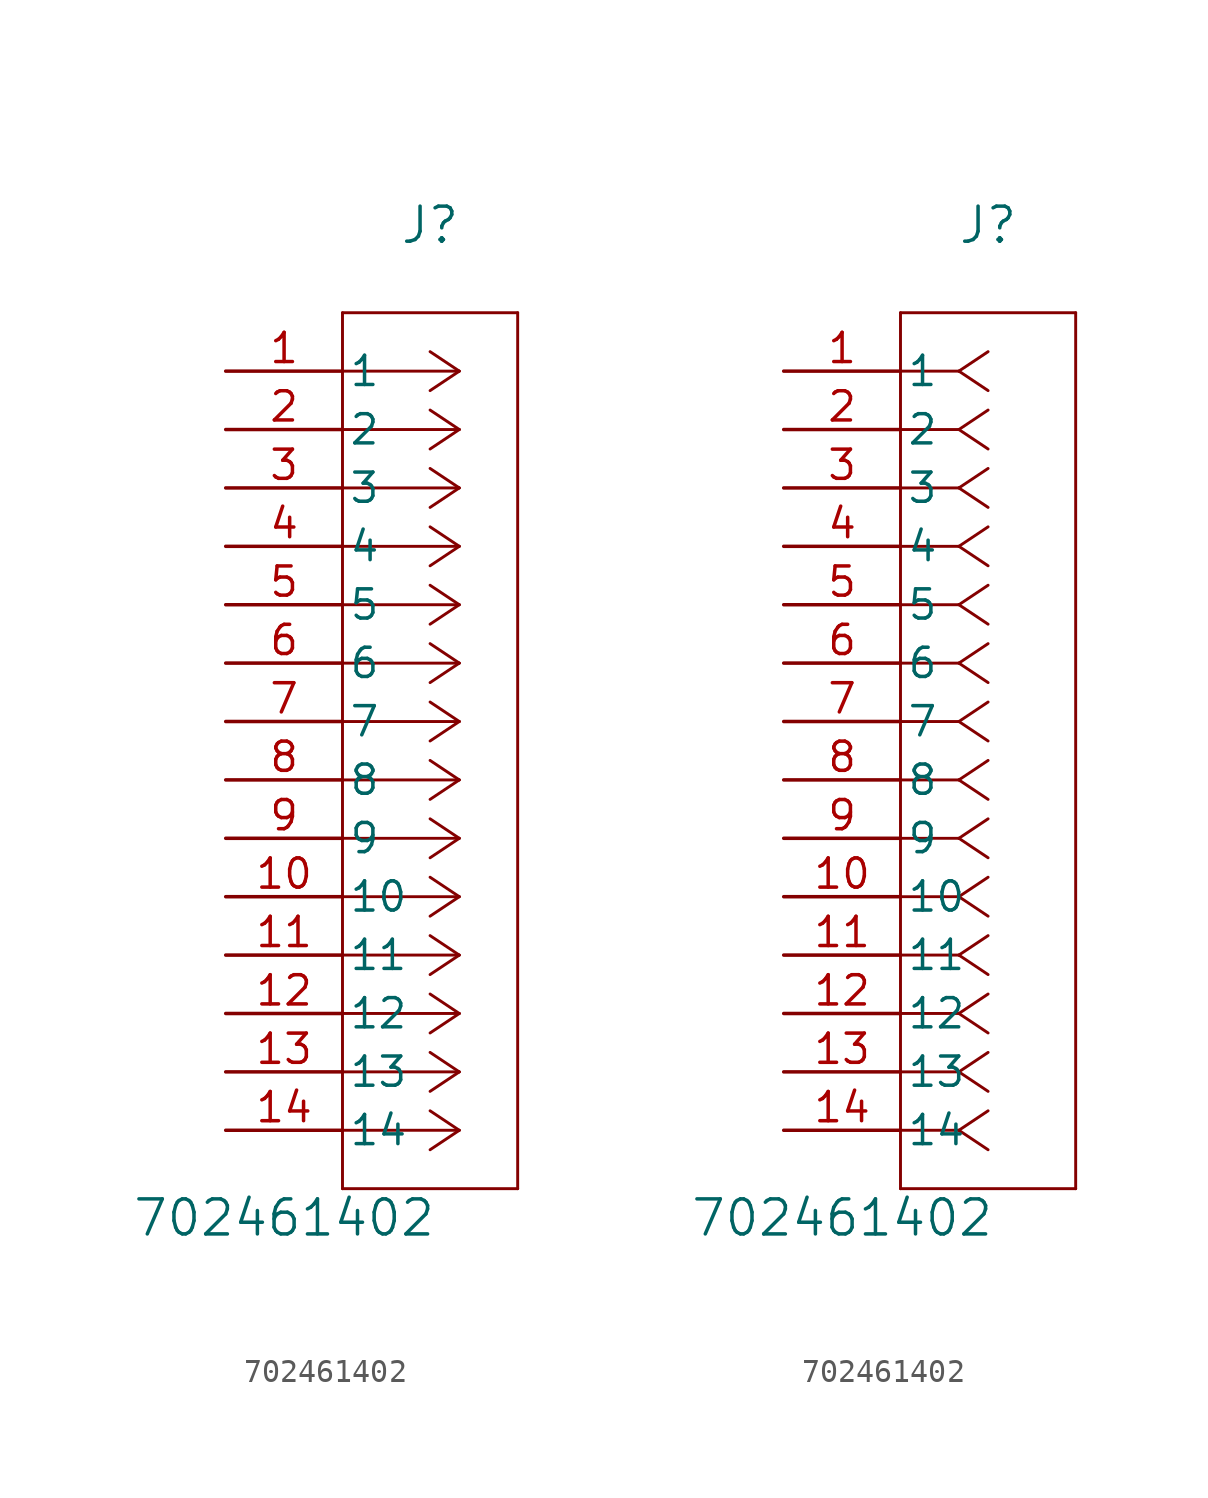
<source format=kicad_sym>
(kicad_symbol_lib
  (version 20220914)
  (generator kicad_symbol_editor)
  (symbol "702461402"
    (pin_names
      (offset 0.254))
    (property "Reference" "J"
      (at 8.89 6.35 0)
      (effects (font (size 1.524 1.524))))
    (property "Value" "702461402"
      (at 2.54 -36.83 0)
      (effects (font (size 1.524 1.524))))
    (symbol "702461402_1_1"
      (polyline (pts (xy 5.08 -35.56) (xy 12.7 -35.56)) (stroke (width 0.127) (type default)) (fill (type none)))
      (polyline (pts (xy 5.08 2.54) (xy 5.08 -35.56)) (stroke (width 0.127) (type default)) (fill (type none)))
      (polyline (pts (xy 10.16 -33.02) (xy 5.08 -33.02)) (stroke (width 0.127) (type default)) (fill (type none)))
      (polyline (pts (xy 10.16 -33.02) (xy 8.89 -33.867)) (stroke (width 0.127) (type default)) (fill (type none)))
      (polyline (pts (xy 10.16 -33.02) (xy 8.89 -32.173)) (stroke (width 0.127) (type default)) (fill (type none)))
      (polyline (pts (xy 10.16 -30.48) (xy 5.08 -30.48)) (stroke (width 0.127) (type default)) (fill (type none)))
      (polyline (pts (xy 10.16 -30.48) (xy 8.89 -31.327)) (stroke (width 0.127) (type default)) (fill (type none)))
      (polyline (pts (xy 10.16 -30.48) (xy 8.89 -29.633)) (stroke (width 0.127) (type default)) (fill (type none)))
      (polyline (pts (xy 10.16 -27.94) (xy 5.08 -27.94)) (stroke (width 0.127) (type default)) (fill (type none)))
      (polyline (pts (xy 10.16 -27.94) (xy 8.89 -28.787)) (stroke (width 0.127) (type default)) (fill (type none)))
      (polyline (pts (xy 10.16 -27.94) (xy 8.89 -27.093)) (stroke (width 0.127) (type default)) (fill (type none)))
      (polyline (pts (xy 10.16 -25.4) (xy 5.08 -25.4)) (stroke (width 0.127) (type default)) (fill (type none)))
      (polyline (pts (xy 10.16 -25.4) (xy 8.89 -26.247)) (stroke (width 0.127) (type default)) (fill (type none)))
      (polyline (pts (xy 10.16 -25.4) (xy 8.89 -24.553)) (stroke (width 0.127) (type default)) (fill (type none)))
      (polyline (pts (xy 10.16 -22.86) (xy 5.08 -22.86)) (stroke (width 0.127) (type default)) (fill (type none)))
      (polyline (pts (xy 10.16 -22.86) (xy 8.89 -23.707)) (stroke (width 0.127) (type default)) (fill (type none)))
      (polyline (pts (xy 10.16 -22.86) (xy 8.89 -22.013)) (stroke (width 0.127) (type default)) (fill (type none)))
      (polyline (pts (xy 10.16 -20.32) (xy 5.08 -20.32)) (stroke (width 0.127) (type default)) (fill (type none)))
      (polyline (pts (xy 10.16 -20.32) (xy 8.89 -21.167)) (stroke (width 0.127) (type default)) (fill (type none)))
      (polyline (pts (xy 10.16 -20.32) (xy 8.89 -19.473)) (stroke (width 0.127) (type default)) (fill (type none)))
      (polyline (pts (xy 10.16 -17.78) (xy 5.08 -17.78)) (stroke (width 0.127) (type default)) (fill (type none)))
      (polyline (pts (xy 10.16 -17.78) (xy 8.89 -18.627)) (stroke (width 0.127) (type default)) (fill (type none)))
      (polyline (pts (xy 10.16 -17.78) (xy 8.89 -16.933)) (stroke (width 0.127) (type default)) (fill (type none)))
      (polyline (pts (xy 10.16 -15.24) (xy 5.08 -15.24)) (stroke (width 0.127) (type default)) (fill (type none)))
      (polyline (pts (xy 10.16 -15.24) (xy 8.89 -16.087)) (stroke (width 0.127) (type default)) (fill (type none)))
      (polyline (pts (xy 10.16 -15.24) (xy 8.89 -14.393)) (stroke (width 0.127) (type default)) (fill (type none)))
      (polyline (pts (xy 10.16 -12.7) (xy 5.08 -12.7)) (stroke (width 0.127) (type default)) (fill (type none)))
      (polyline (pts (xy 10.16 -12.7) (xy 8.89 -13.547)) (stroke (width 0.127) (type default)) (fill (type none)))
      (polyline (pts (xy 10.16 -12.7) (xy 8.89 -11.853)) (stroke (width 0.127) (type default)) (fill (type none)))
      (polyline (pts (xy 10.16 -10.16) (xy 5.08 -10.16)) (stroke (width 0.127) (type default)) (fill (type none)))
      (polyline (pts (xy 10.16 -10.16) (xy 8.89 -11.007)) (stroke (width 0.127) (type default)) (fill (type none)))
      (polyline (pts (xy 10.16 -10.16) (xy 8.89 -9.313)) (stroke (width 0.127) (type default)) (fill (type none)))
      (polyline (pts (xy 10.16 -7.62) (xy 5.08 -7.62)) (stroke (width 0.127) (type default)) (fill (type none)))
      (polyline (pts (xy 10.16 -7.62) (xy 8.89 -8.467)) (stroke (width 0.127) (type default)) (fill (type none)))
      (polyline (pts (xy 10.16 -7.62) (xy 8.89 -6.773)) (stroke (width 0.127) (type default)) (fill (type none)))
      (polyline (pts (xy 10.16 -5.08) (xy 5.08 -5.08)) (stroke (width 0.127) (type default)) (fill (type none)))
      (polyline (pts (xy 10.16 -5.08) (xy 8.89 -5.927)) (stroke (width 0.127) (type default)) (fill (type none)))
      (polyline (pts (xy 10.16 -5.08) (xy 8.89 -4.233)) (stroke (width 0.127) (type default)) (fill (type none)))
      (polyline (pts (xy 10.16 -2.54) (xy 5.08 -2.54)) (stroke (width 0.127) (type default)) (fill (type none)))
      (polyline (pts (xy 10.16 -2.54) (xy 8.89 -3.387)) (stroke (width 0.127) (type default)) (fill (type none)))
      (polyline (pts (xy 10.16 -2.54) (xy 8.89 -1.693)) (stroke (width 0.127) (type default)) (fill (type none)))
      (polyline (pts (xy 10.16 0) (xy 5.08 0)) (stroke (width 0.127) (type default)) (fill (type none)))
      (polyline (pts (xy 10.16 0) (xy 8.89 -0.847)) (stroke (width 0.127) (type default)) (fill (type none)))
      (polyline (pts (xy 10.16 0) (xy 8.89 0.847)) (stroke (width 0.127) (type default)) (fill (type none)))
      (polyline (pts (xy 12.7 -35.56) (xy 12.7 2.54)) (stroke (width 0.127) (type default)) (fill (type none)))
      (polyline (pts (xy 12.7 2.54) (xy 5.08 2.54)) (stroke (width 0.127) (type default)) (fill (type none)))
      (pin unspecified line (at 0 0 0) (length 5.08) (name "1" (effects (font (size 1.27 1.27)))) (number "1" (effects (font (size 1.27 1.27)))))
      (pin unspecified line (at 0 -22.86 0) (length 5.08) (name "10" (effects (font (size 1.27 1.27)))) (number "10" (effects (font (size 1.27 1.27)))))
      (pin unspecified line (at 0 -25.4 0) (length 5.08) (name "11" (effects (font (size 1.27 1.27)))) (number "11" (effects (font (size 1.27 1.27)))))
      (pin unspecified line (at 0 -27.94 0) (length 5.08) (name "12" (effects (font (size 1.27 1.27)))) (number "12" (effects (font (size 1.27 1.27)))))
      (pin unspecified line (at 0 -30.48 0) (length 5.08) (name "13" (effects (font (size 1.27 1.27)))) (number "13" (effects (font (size 1.27 1.27)))))
      (pin unspecified line (at 0 -33.02 0) (length 5.08) (name "14" (effects (font (size 1.27 1.27)))) (number "14" (effects (font (size 1.27 1.27)))))
      (pin unspecified line (at 0 -2.54 0) (length 5.08) (name "2" (effects (font (size 1.27 1.27)))) (number "2" (effects (font (size 1.27 1.27)))))
      (pin unspecified line (at 0 -5.08 0) (length 5.08) (name "3" (effects (font (size 1.27 1.27)))) (number "3" (effects (font (size 1.27 1.27)))))
      (pin unspecified line (at 0 -7.62 0) (length 5.08) (name "4" (effects (font (size 1.27 1.27)))) (number "4" (effects (font (size 1.27 1.27)))))
      (pin unspecified line (at 0 -10.16 0) (length 5.08) (name "5" (effects (font (size 1.27 1.27)))) (number "5" (effects (font (size 1.27 1.27)))))
      (pin unspecified line (at 0 -12.7 0) (length 5.08) (name "6" (effects (font (size 1.27 1.27)))) (number "6" (effects (font (size 1.27 1.27)))))
      (pin unspecified line (at 0 -15.24 0) (length 5.08) (name "7" (effects (font (size 1.27 1.27)))) (number "7" (effects (font (size 1.27 1.27)))))
      (pin unspecified line (at 0 -17.78 0) (length 5.08) (name "8" (effects (font (size 1.27 1.27)))) (number "8" (effects (font (size 1.27 1.27)))))
      (pin unspecified line (at 0 -20.32 0) (length 5.08) (name "9" (effects (font (size 1.27 1.27)))) (number "9" (effects (font (size 1.27 1.27))))))
    (symbol "702461402_1_2"
      (polyline (pts (xy 5.08 -35.56) (xy 12.7 -35.56)) (stroke (width 0.127) (type default)) (fill (type none)))
      (polyline (pts (xy 5.08 2.54) (xy 5.08 -35.56)) (stroke (width 0.127) (type default)) (fill (type none)))
      (polyline (pts (xy 7.62 -33.02) (xy 5.08 -33.02)) (stroke (width 0.127) (type default)) (fill (type none)))
      (polyline (pts (xy 7.62 -33.02) (xy 8.89 -33.867)) (stroke (width 0.127) (type default)) (fill (type none)))
      (polyline (pts (xy 7.62 -33.02) (xy 8.89 -32.173)) (stroke (width 0.127) (type default)) (fill (type none)))
      (polyline (pts (xy 7.62 -30.48) (xy 5.08 -30.48)) (stroke (width 0.127) (type default)) (fill (type none)))
      (polyline (pts (xy 7.62 -30.48) (xy 8.89 -31.327)) (stroke (width 0.127) (type default)) (fill (type none)))
      (polyline (pts (xy 7.62 -30.48) (xy 8.89 -29.633)) (stroke (width 0.127) (type default)) (fill (type none)))
      (polyline (pts (xy 7.62 -27.94) (xy 5.08 -27.94)) (stroke (width 0.127) (type default)) (fill (type none)))
      (polyline (pts (xy 7.62 -27.94) (xy 8.89 -28.787)) (stroke (width 0.127) (type default)) (fill (type none)))
      (polyline (pts (xy 7.62 -27.94) (xy 8.89 -27.093)) (stroke (width 0.127) (type default)) (fill (type none)))
      (polyline (pts (xy 7.62 -25.4) (xy 5.08 -25.4)) (stroke (width 0.127) (type default)) (fill (type none)))
      (polyline (pts (xy 7.62 -25.4) (xy 8.89 -26.247)) (stroke (width 0.127) (type default)) (fill (type none)))
      (polyline (pts (xy 7.62 -25.4) (xy 8.89 -24.553)) (stroke (width 0.127) (type default)) (fill (type none)))
      (polyline (pts (xy 7.62 -22.86) (xy 5.08 -22.86)) (stroke (width 0.127) (type default)) (fill (type none)))
      (polyline (pts (xy 7.62 -22.86) (xy 8.89 -23.707)) (stroke (width 0.127) (type default)) (fill (type none)))
      (polyline (pts (xy 7.62 -22.86) (xy 8.89 -22.013)) (stroke (width 0.127) (type default)) (fill (type none)))
      (polyline (pts (xy 7.62 -20.32) (xy 5.08 -20.32)) (stroke (width 0.127) (type default)) (fill (type none)))
      (polyline (pts (xy 7.62 -20.32) (xy 8.89 -21.167)) (stroke (width 0.127) (type default)) (fill (type none)))
      (polyline (pts (xy 7.62 -20.32) (xy 8.89 -19.473)) (stroke (width 0.127) (type default)) (fill (type none)))
      (polyline (pts (xy 7.62 -17.78) (xy 5.08 -17.78)) (stroke (width 0.127) (type default)) (fill (type none)))
      (polyline (pts (xy 7.62 -17.78) (xy 8.89 -18.627)) (stroke (width 0.127) (type default)) (fill (type none)))
      (polyline (pts (xy 7.62 -17.78) (xy 8.89 -16.933)) (stroke (width 0.127) (type default)) (fill (type none)))
      (polyline (pts (xy 7.62 -15.24) (xy 5.08 -15.24)) (stroke (width 0.127) (type default)) (fill (type none)))
      (polyline (pts (xy 7.62 -15.24) (xy 8.89 -16.087)) (stroke (width 0.127) (type default)) (fill (type none)))
      (polyline (pts (xy 7.62 -15.24) (xy 8.89 -14.393)) (stroke (width 0.127) (type default)) (fill (type none)))
      (polyline (pts (xy 7.62 -12.7) (xy 5.08 -12.7)) (stroke (width 0.127) (type default)) (fill (type none)))
      (polyline (pts (xy 7.62 -12.7) (xy 8.89 -13.547)) (stroke (width 0.127) (type default)) (fill (type none)))
      (polyline (pts (xy 7.62 -12.7) (xy 8.89 -11.853)) (stroke (width 0.127) (type default)) (fill (type none)))
      (polyline (pts (xy 7.62 -10.16) (xy 5.08 -10.16)) (stroke (width 0.127) (type default)) (fill (type none)))
      (polyline (pts (xy 7.62 -10.16) (xy 8.89 -11.007)) (stroke (width 0.127) (type default)) (fill (type none)))
      (polyline (pts (xy 7.62 -10.16) (xy 8.89 -9.313)) (stroke (width 0.127) (type default)) (fill (type none)))
      (polyline (pts (xy 7.62 -7.62) (xy 5.08 -7.62)) (stroke (width 0.127) (type default)) (fill (type none)))
      (polyline (pts (xy 7.62 -7.62) (xy 8.89 -8.467)) (stroke (width 0.127) (type default)) (fill (type none)))
      (polyline (pts (xy 7.62 -7.62) (xy 8.89 -6.773)) (stroke (width 0.127) (type default)) (fill (type none)))
      (polyline (pts (xy 7.62 -5.08) (xy 5.08 -5.08)) (stroke (width 0.127) (type default)) (fill (type none)))
      (polyline (pts (xy 7.62 -5.08) (xy 8.89 -5.927)) (stroke (width 0.127) (type default)) (fill (type none)))
      (polyline (pts (xy 7.62 -5.08) (xy 8.89 -4.233)) (stroke (width 0.127) (type default)) (fill (type none)))
      (polyline (pts (xy 7.62 -2.54) (xy 5.08 -2.54)) (stroke (width 0.127) (type default)) (fill (type none)))
      (polyline (pts (xy 7.62 -2.54) (xy 8.89 -3.387)) (stroke (width 0.127) (type default)) (fill (type none)))
      (polyline (pts (xy 7.62 -2.54) (xy 8.89 -1.693)) (stroke (width 0.127) (type default)) (fill (type none)))
      (polyline (pts (xy 7.62 0) (xy 5.08 0)) (stroke (width 0.127) (type default)) (fill (type none)))
      (polyline (pts (xy 7.62 0) (xy 8.89 -0.847)) (stroke (width 0.127) (type default)) (fill (type none)))
      (polyline (pts (xy 7.62 0) (xy 8.89 0.847)) (stroke (width 0.127) (type default)) (fill (type none)))
      (polyline (pts (xy 12.7 -35.56) (xy 12.7 2.54)) (stroke (width 0.127) (type default)) (fill (type none)))
      (polyline (pts (xy 12.7 2.54) (xy 5.08 2.54)) (stroke (width 0.127) (type default)) (fill (type none)))
      (pin unspecified line (at 0 0 0) (length 5.08) (name "1" (effects (font (size 1.27 1.27)))) (number "1" (effects (font (size 1.27 1.27)))))
      (pin unspecified line (at 0 -22.86 0) (length 5.08) (name "10" (effects (font (size 1.27 1.27)))) (number "10" (effects (font (size 1.27 1.27)))))
      (pin unspecified line (at 0 -25.4 0) (length 5.08) (name "11" (effects (font (size 1.27 1.27)))) (number "11" (effects (font (size 1.27 1.27)))))
      (pin unspecified line (at 0 -27.94 0) (length 5.08) (name "12" (effects (font (size 1.27 1.27)))) (number "12" (effects (font (size 1.27 1.27)))))
      (pin unspecified line (at 0 -30.48 0) (length 5.08) (name "13" (effects (font (size 1.27 1.27)))) (number "13" (effects (font (size 1.27 1.27)))))
      (pin unspecified line (at 0 -33.02 0) (length 5.08) (name "14" (effects (font (size 1.27 1.27)))) (number "14" (effects (font (size 1.27 1.27)))))
      (pin unspecified line (at 0 -2.54 0) (length 5.08) (name "2" (effects (font (size 1.27 1.27)))) (number "2" (effects (font (size 1.27 1.27)))))
      (pin unspecified line (at 0 -5.08 0) (length 5.08) (name "3" (effects (font (size 1.27 1.27)))) (number "3" (effects (font (size 1.27 1.27)))))
      (pin unspecified line (at 0 -7.62 0) (length 5.08) (name "4" (effects (font (size 1.27 1.27)))) (number "4" (effects (font (size 1.27 1.27)))))
      (pin unspecified line (at 0 -10.16 0) (length 5.08) (name "5" (effects (font (size 1.27 1.27)))) (number "5" (effects (font (size 1.27 1.27)))))
      (pin unspecified line (at 0 -12.7 0) (length 5.08) (name "6" (effects (font (size 1.27 1.27)))) (number "6" (effects (font (size 1.27 1.27)))))
      (pin unspecified line (at 0 -15.24 0) (length 5.08) (name "7" (effects (font (size 1.27 1.27)))) (number "7" (effects (font (size 1.27 1.27)))))
      (pin unspecified line (at 0 -17.78 0) (length 5.08) (name "8" (effects (font (size 1.27 1.27)))) (number "8" (effects (font (size 1.27 1.27)))))
      (pin unspecified line (at 0 -20.32 0) (length 5.08) (name "9" (effects (font (size 1.27 1.27)))) (number "9" (effects (font (size 1.27 1.27))))))))
</source>
